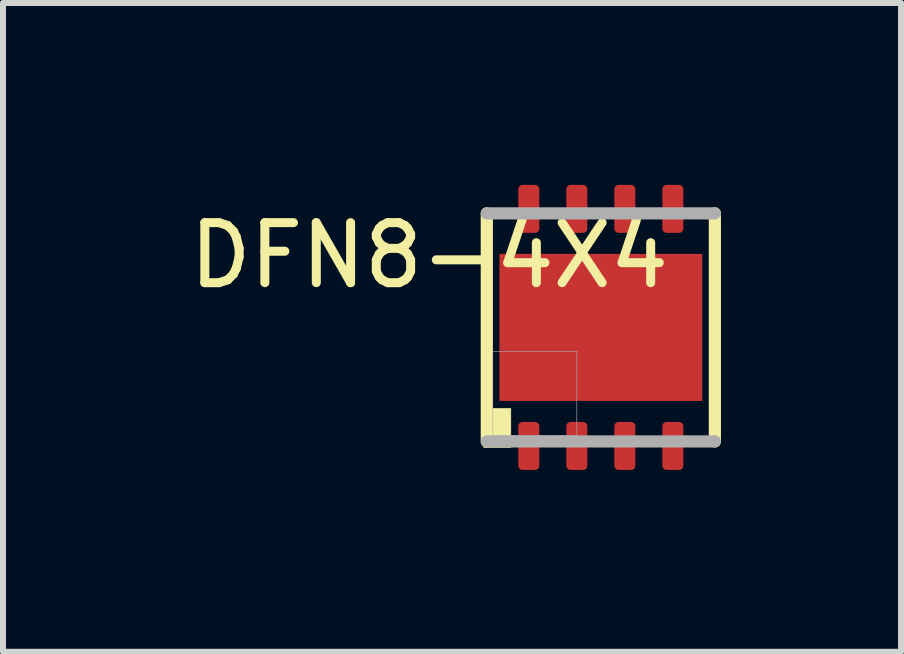
<source format=kicad_pcb>
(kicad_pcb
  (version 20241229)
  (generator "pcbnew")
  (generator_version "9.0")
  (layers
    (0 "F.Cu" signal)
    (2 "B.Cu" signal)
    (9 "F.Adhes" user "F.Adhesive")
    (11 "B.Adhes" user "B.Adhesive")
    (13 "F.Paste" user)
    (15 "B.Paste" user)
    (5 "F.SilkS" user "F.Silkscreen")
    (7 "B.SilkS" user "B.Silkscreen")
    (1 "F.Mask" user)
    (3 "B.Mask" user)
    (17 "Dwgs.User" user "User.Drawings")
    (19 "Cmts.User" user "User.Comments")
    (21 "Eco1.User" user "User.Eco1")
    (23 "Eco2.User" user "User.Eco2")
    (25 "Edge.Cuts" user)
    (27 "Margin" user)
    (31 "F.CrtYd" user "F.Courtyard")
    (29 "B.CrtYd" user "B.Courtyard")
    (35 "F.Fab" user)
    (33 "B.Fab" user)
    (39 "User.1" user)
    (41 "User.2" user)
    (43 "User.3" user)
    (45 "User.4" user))
  (footprint "DFN8-4X4"
    (layer "F.Cu")
    (at 6.961 2.405)
    (property "Reference" "DFN8-4X4" (at -2.86 -1.2 180) (layer "F.SilkS") (effects (font (size 1 1) (thickness 0.15))))
    (attr smd)
    (fp_poly (pts (xy -1.725 -1.275) (xy 1.725 -1.275) (xy 1.725 1.275) (xy -1.725 1.275)) (stroke (width 0.01) (type solid)) (fill yes) (layer "F.Mask"))
    (fp_poly (pts (xy -1.4 -2.4) (xy -1 -2.4) (xy -1 -1.55) (xy -1.4 -1.55)) (stroke (width 0.01) (type solid)) (fill yes) (layer "F.Mask"))
    (fp_poly (pts (xy -1.4 1.55) (xy -1 1.55) (xy -1 2.4) (xy -1.4 2.4)) (stroke (width 0.01) (type solid)) (fill yes) (layer "F.Mask"))
    (fp_poly (pts (xy -0.6 -2.4) (xy -0.2 -2.4) (xy -0.2 -1.55) (xy -0.6 -1.55)) (stroke (width 0.01) (type solid)) (fill yes) (layer "F.Mask"))
    (fp_poly (pts (xy -0.6 1.55) (xy -0.2 1.55) (xy -0.2 2.4) (xy -0.6 2.4)) (stroke (width 0.01) (type solid)) (fill yes) (layer "F.Mask"))
    (fp_poly (pts (xy 0.2 -2.4) (xy 0.6 -2.4) (xy 0.6 -1.55) (xy 0.2 -1.55)) (stroke (width 0.01) (type solid)) (fill yes) (layer "F.Mask"))
    (fp_poly (pts (xy 0.2 1.55) (xy 0.6 1.55) (xy 0.6 2.4) (xy 0.2 2.4)) (stroke (width 0.01) (type solid)) (fill yes) (layer "F.Mask"))
    (fp_poly (pts (xy 1 -2.4) (xy 1.4 -2.4) (xy 1.4 -1.55) (xy 1 -1.55)) (stroke (width 0.01) (type solid)) (fill yes) (layer "F.Mask"))
    (fp_poly (pts (xy 1 1.55) (xy 1.4 1.55) (xy 1.4 2.4) (xy 1 2.4)) (stroke (width 0.01) (type solid)) (fill yes) (layer "F.Mask"))
    (fp_line (start -1.9 1.9) (end -1.9 -1.9) (stroke (width 0.203) (type solid)) (layer "F.SilkS"))
    (fp_line (start 1.9 -1.9) (end 1.9 1.9) (stroke (width 0.203) (type solid)) (layer "F.SilkS"))
    (fp_poly (pts (xy -1.95 1.35) (xy -1.5 1.35) (xy -1.5 2) (xy -1.95 2)) (stroke (width 0.01) (type solid)) (fill yes) (layer "F.SilkS"))
    (fp_poly (pts (xy -1.65 -1.15) (xy -0.15 -1.15) (xy -0.15 -0.15) (xy -1.65 -0.15)) (stroke (width 0.01) (type solid)) (fill yes) (layer "F.Paste"))
    (fp_poly (pts (xy -1.65 0.15) (xy -0.15 0.15) (xy -0.15 1.15) (xy -1.65 1.15)) (stroke (width 0.01) (type solid)) (fill yes) (layer "F.Paste"))
    (fp_poly (pts (xy -1.35 -2.325) (xy -1.05 -2.325) (xy -1.05 -1.625) (xy -1.35 -1.625)) (stroke (width 0.01) (type solid)) (fill yes) (layer "F.Paste"))
    (fp_poly (pts (xy -1.35 1.625) (xy -1.05 1.625) (xy -1.05 2.325) (xy -1.35 2.325)) (stroke (width 0.01) (type solid)) (fill yes) (layer "F.Paste"))
    (fp_poly (pts (xy -0.55 -2.325) (xy -0.25 -2.325) (xy -0.25 -1.625) (xy -0.55 -1.625)) (stroke (width 0.01) (type solid)) (fill yes) (layer "F.Paste"))
    (fp_poly (pts (xy -0.55 1.625) (xy -0.25 1.625) (xy -0.25 2.325) (xy -0.55 2.325)) (stroke (width 0.01) (type solid)) (fill yes) (layer "F.Paste"))
    (fp_poly (pts (xy 0.15 -1.15) (xy 1.65 -1.15) (xy 1.65 -0.15) (xy 0.15 -0.15)) (stroke (width 0.01) (type solid)) (fill yes) (layer "F.Paste"))
    (fp_poly (pts (xy 0.15 0.15) (xy 1.65 0.15) (xy 1.65 1.15) (xy 0.15 1.15)) (stroke (width 0.01) (type solid)) (fill yes) (layer "F.Paste"))
    (fp_poly (pts (xy 0.25 -2.325) (xy 0.55 -2.325) (xy 0.55 -1.625) (xy 0.25 -1.625)) (stroke (width 0.01) (type solid)) (fill yes) (layer "F.Paste"))
    (fp_poly (pts (xy 0.25 1.625) (xy 0.55 1.625) (xy 0.55 2.325) (xy 0.25 2.325)) (stroke (width 0.01) (type solid)) (fill yes) (layer "F.Paste"))
    (fp_poly (pts (xy 1.05 -2.325) (xy 1.35 -2.325) (xy 1.35 -1.625) (xy 1.05 -1.625)) (stroke (width 0.01) (type solid)) (fill yes) (layer "F.Paste"))
    (fp_poly (pts (xy 1.05 1.625) (xy 1.35 1.625) (xy 1.35 2.325) (xy 1.05 2.325)) (stroke (width 0.01) (type solid)) (fill yes) (layer "F.Paste"))
    (fp_line (start -1.9 -1.9) (end 1.9 -1.9) (stroke (width 0.203) (type solid)) (layer "F.Fab"))
    (fp_line (start 1.9 1.9) (end -1.9 1.9) (stroke (width 0.203) (type solid)) (layer "F.Fab"))
    (fp_poly (pts (xy -1.8 0.4) (xy -0.4 0.4) (xy -0.4 1.8) (xy -1.8 1.8)) (stroke (width 0.01) (type solid)) (fill no) (layer "F.Fab"))
    (pad "1" smd roundrect (at -1.2 1.975) (size 0.35 0.8) (layers "F.Cu") (roundrect_rratio 0.2))
    (pad "2" smd roundrect (at -0.4 1.975) (size 0.35 0.8) (layers "F.Cu") (roundrect_rratio 0.2))
    (pad "3" smd roundrect (at 0.4 1.975) (size 0.35 0.8) (layers "F.Cu") (roundrect_rratio 0.2))
    (pad "4" smd roundrect (at 1.2 1.975) (size 0.35 0.8) (layers "F.Cu") (roundrect_rratio 0.2))
    (pad "5" smd roundrect (at 1.2 -1.975 180) (size 0.35 0.8) (layers "F.Cu") (roundrect_rratio 0.2))
    (pad "6" smd roundrect (at 0.4 -1.975 180) (size 0.35 0.8) (layers "F.Cu") (roundrect_rratio 0.2))
    (pad "7" smd roundrect (at -0.4 -1.975 180) (size 0.35 0.8) (layers "F.Cu") (roundrect_rratio 0.2))
    (pad "8" smd roundrect (at -1.2 -1.975 180) (size 0.35 0.8) (layers "F.Cu") (roundrect_rratio 0.2))
    (pad "TH" smd rect (at 0 0) (size 3.38 2.45) (layers "F.Cu")))
  (gr_rect
    (start -3 -3)
    (end 11.963 7.81)
    (stroke (width 0.1) (type default))
    (fill no)
    (layer "Edge.Cuts")))
</source>
